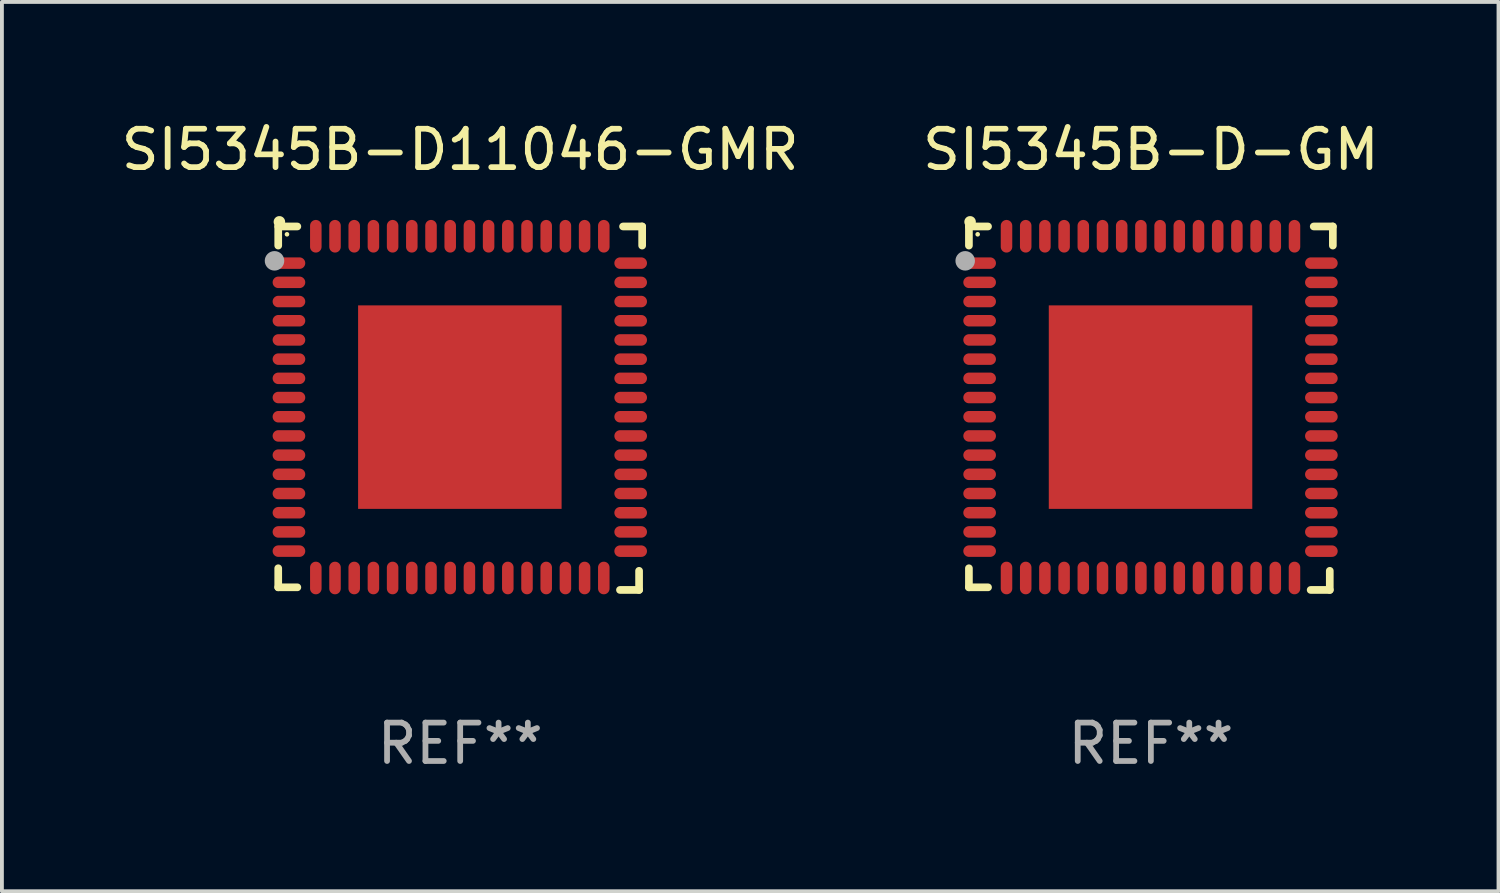
<source format=kicad_pcb>
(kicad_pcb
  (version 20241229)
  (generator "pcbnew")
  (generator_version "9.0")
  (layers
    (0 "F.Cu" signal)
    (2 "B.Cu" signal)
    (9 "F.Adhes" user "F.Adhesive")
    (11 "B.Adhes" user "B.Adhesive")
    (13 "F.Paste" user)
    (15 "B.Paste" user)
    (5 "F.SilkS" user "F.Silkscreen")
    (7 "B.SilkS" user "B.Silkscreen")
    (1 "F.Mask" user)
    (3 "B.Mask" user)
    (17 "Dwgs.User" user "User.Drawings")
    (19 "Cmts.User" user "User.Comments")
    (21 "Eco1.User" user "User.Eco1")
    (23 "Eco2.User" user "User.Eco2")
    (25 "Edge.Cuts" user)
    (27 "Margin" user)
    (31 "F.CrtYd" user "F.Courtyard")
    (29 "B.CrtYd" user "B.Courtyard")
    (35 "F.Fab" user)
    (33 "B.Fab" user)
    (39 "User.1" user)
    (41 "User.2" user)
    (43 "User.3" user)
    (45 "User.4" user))
  (footprint "SI5345B-D-GM"
    (layer "F.Cu")
    (at 26.923 7.581)
    (property "Reference" "SI5345B-D-GM" (at 0 -6.733 0) (layer "F.SilkS") (effects (font (size 1 1) (thickness 0.15))))
    (attr through_hole)
    (fp_line (start -4.739 -4.733) (end -4.241 -4.733) (stroke (width 0.2) (type solid)) (layer "F.SilkS"))
    (fp_line (start -4.739 -4.235) (end -4.739 -4.733) (stroke (width 0.2) (type solid)) (layer "F.SilkS"))
    (fp_line (start -4.739 4.168) (end -4.739 4.665) (stroke (width 0.2) (type solid)) (layer "F.SilkS"))
    (fp_line (start -4.739 4.665) (end -4.241 4.665) (stroke (width 0.2) (type solid)) (layer "F.SilkS"))
    (fp_line (start 4.161 4.733) (end 4.659 4.733) (stroke (width 0.2) (type solid)) (layer "F.SilkS"))
    (fp_line (start 4.241 -4.733) (end 4.739 -4.733) (stroke (width 0.2) (type solid)) (layer "F.SilkS"))
    (fp_line (start 4.659 4.733) (end 4.659 4.235) (stroke (width 0.2) (type solid)) (layer "F.SilkS"))
    (fp_line (start 4.739 -4.733) (end 4.739 -4.235) (stroke (width 0.2) (type solid)) (layer "F.SilkS"))
    (fp_arc (start -4.708623 -4.85108) (mid -4.708628 -4.85235) (end -4.708623 -4.85362) (stroke (width 0.3) (type solid)) (layer "F.SilkS"))
    (fp_circle (center -4.511 -4.529) (end -4.481 -4.529) (stroke (width 0.06) (type solid)) (fill no) (layer "F.SilkS"))
    (fp_circle (center -4.836 -3.838) (end -4.709 -3.838) (stroke (width 0.254) (type solid)) (fill no) (layer "F.Fab"))
    (fp_text user "REF**" (at 0 8.733 0) (layer "F.Fab") (effects (font (size 1 1) (thickness 0.15))))
    (pad "1" smd oval (at -4.46 -3.778) (size 0.85 0.3) (layers "F.Cu" "F.Mask" "F.Paste"))
    (pad "2" smd oval (at -4.46 -3.278) (size 0.85 0.3) (layers "F.Cu" "F.Mask" "F.Paste"))
    (pad "3" smd oval (at -4.46 -2.778) (size 0.85 0.3) (layers "F.Cu" "F.Mask" "F.Paste"))
    (pad "4" smd oval (at -4.46 -2.278) (size 0.85 0.3) (layers "F.Cu" "F.Mask" "F.Paste"))
    (pad "5" smd oval (at -4.46 -1.778) (size 0.85 0.3) (layers "F.Cu" "F.Mask" "F.Paste"))
    (pad "6" smd oval (at -4.46 -1.278) (size 0.85 0.3) (layers "F.Cu" "F.Mask" "F.Paste"))
    (pad "7" smd oval (at -4.46 -0.778) (size 0.85 0.3) (layers "F.Cu" "F.Mask" "F.Paste"))
    (pad "8" smd oval (at -4.46 -0.278) (size 0.85 0.3) (layers "F.Cu" "F.Mask" "F.Paste"))
    (pad "9" smd oval (at -4.46 0.222) (size 0.85 0.3) (layers "F.Cu" "F.Mask" "F.Paste"))
    (pad "10" smd oval (at -4.46 0.722) (size 0.85 0.3) (layers "F.Cu" "F.Mask" "F.Paste"))
    (pad "11" smd oval (at -4.46 1.222) (size 0.85 0.3) (layers "F.Cu" "F.Mask" "F.Paste"))
    (pad "12" smd oval (at -4.46 1.722) (size 0.85 0.3) (layers "F.Cu" "F.Mask" "F.Paste"))
    (pad "13" smd oval (at -4.46 2.222) (size 0.85 0.3) (layers "F.Cu" "F.Mask" "F.Paste"))
    (pad "14" smd oval (at -4.46 2.722) (size 0.85 0.3) (layers "F.Cu" "F.Mask" "F.Paste"))
    (pad "15" smd oval (at -4.46 3.222) (size 0.85 0.3) (layers "F.Cu" "F.Mask" "F.Paste"))
    (pad "16" smd oval (at -4.46 3.722) (size 0.85 0.3) (layers "F.Cu" "F.Mask" "F.Paste"))
    (pad "17" smd oval (at -3.76 4.422) (size 0.3 0.85) (layers "F.Cu" "F.Mask" "F.Paste"))
    (pad "18" smd oval (at -3.26 4.422) (size 0.3 0.85) (layers "F.Cu" "F.Mask" "F.Paste"))
    (pad "19" smd oval (at -2.76 4.422) (size 0.3 0.85) (layers "F.Cu" "F.Mask" "F.Paste"))
    (pad "20" smd oval (at -2.26 4.422) (size 0.3 0.85) (layers "F.Cu" "F.Mask" "F.Paste"))
    (pad "21" smd oval (at -1.76 4.422) (size 0.3 0.85) (layers "F.Cu" "F.Mask" "F.Paste"))
    (pad "22" smd oval (at -1.26 4.422) (size 0.3 0.85) (layers "F.Cu" "F.Mask" "F.Paste"))
    (pad "23" smd oval (at -0.76 4.422) (size 0.3 0.85) (layers "F.Cu" "F.Mask" "F.Paste"))
    (pad "24" smd oval (at -0.26 4.422) (size 0.3 0.85) (layers "F.Cu" "F.Mask" "F.Paste"))
    (pad "25" smd oval (at 0.24 4.422) (size 0.3 0.85) (layers "F.Cu" "F.Mask" "F.Paste"))
    (pad "26" smd oval (at 0.74 4.422) (size 0.3 0.85) (layers "F.Cu" "F.Mask" "F.Paste"))
    (pad "27" smd oval (at 1.24 4.422) (size 0.3 0.85) (layers "F.Cu" "F.Mask" "F.Paste"))
    (pad "28" smd oval (at 1.74 4.422) (size 0.3 0.85) (layers "F.Cu" "F.Mask" "F.Paste"))
    (pad "29" smd oval (at 2.24 4.422) (size 0.3 0.85) (layers "F.Cu" "F.Mask" "F.Paste"))
    (pad "30" smd oval (at 2.74 4.422) (size 0.3 0.85) (layers "F.Cu" "F.Mask" "F.Paste"))
    (pad "31" smd oval (at 3.24 4.422) (size 0.3 0.85) (layers "F.Cu" "F.Mask" "F.Paste"))
    (pad "32" smd oval (at 3.74 4.422) (size 0.3 0.85) (layers "F.Cu" "F.Mask" "F.Paste"))
    (pad "33" smd oval (at 4.44 3.723) (size 0.85 0.3) (layers "F.Cu" "F.Mask" "F.Paste"))
    (pad "34" smd oval (at 4.44 3.222) (size 0.85 0.3) (layers "F.Cu" "F.Mask" "F.Paste"))
    (pad "35" smd oval (at 4.44 2.723) (size 0.85 0.3) (layers "F.Cu" "F.Mask" "F.Paste"))
    (pad "36" smd oval (at 4.44 2.222) (size 0.85 0.3) (layers "F.Cu" "F.Mask" "F.Paste"))
    (pad "37" smd oval (at 4.44 1.723) (size 0.85 0.3) (layers "F.Cu" "F.Mask" "F.Paste"))
    (pad "38" smd oval (at 4.44 1.222) (size 0.85 0.3) (layers "F.Cu" "F.Mask" "F.Paste"))
    (pad "39" smd oval (at 4.44 0.723) (size 0.85 0.3) (layers "F.Cu" "F.Mask" "F.Paste"))
    (pad "40" smd oval (at 4.44 0.222) (size 0.85 0.3) (layers "F.Cu" "F.Mask" "F.Paste"))
    (pad "41" smd oval (at 4.44 -0.277) (size 0.85 0.3) (layers "F.Cu" "F.Mask" "F.Paste"))
    (pad "42" smd oval (at 4.44 -0.778) (size 0.85 0.3) (layers "F.Cu" "F.Mask" "F.Paste"))
    (pad "43" smd oval (at 4.44 -1.277) (size 0.85 0.3) (layers "F.Cu" "F.Mask" "F.Paste"))
    (pad "44" smd oval (at 4.44 -1.778) (size 0.85 0.3) (layers "F.Cu" "F.Mask" "F.Paste"))
    (pad "45" smd oval (at 4.44 -2.277) (size 0.85 0.3) (layers "F.Cu" "F.Mask" "F.Paste"))
    (pad "46" smd oval (at 4.44 -2.778) (size 0.85 0.3) (layers "F.Cu" "F.Mask" "F.Paste"))
    (pad "47" smd oval (at 4.44 -3.277) (size 0.85 0.3) (layers "F.Cu" "F.Mask" "F.Paste"))
    (pad "48" smd oval (at 4.44 -3.778) (size 0.85 0.3) (layers "F.Cu" "F.Mask" "F.Paste"))
    (pad "49" smd oval (at 3.74 -4.478) (size 0.3 0.85) (layers "F.Cu" "F.Mask" "F.Paste"))
    (pad "50" smd oval (at 3.24 -4.478) (size 0.3 0.85) (layers "F.Cu" "F.Mask" "F.Paste"))
    (pad "51" smd oval (at 2.74 -4.478) (size 0.3 0.85) (layers "F.Cu" "F.Mask" "F.Paste"))
    (pad "52" smd oval (at 2.24 -4.478) (size 0.3 0.85) (layers "F.Cu" "F.Mask" "F.Paste"))
    (pad "53" smd oval (at 1.74 -4.478) (size 0.3 0.85) (layers "F.Cu" "F.Mask" "F.Paste"))
    (pad "54" smd oval (at 1.24 -4.478) (size 0.3 0.85) (layers "F.Cu" "F.Mask" "F.Paste"))
    (pad "55" smd oval (at 0.74 -4.478) (size 0.3 0.85) (layers "F.Cu" "F.Mask" "F.Paste"))
    (pad "56" smd oval (at 0.24 -4.478) (size 0.3 0.85) (layers "F.Cu" "F.Mask" "F.Paste"))
    (pad "57" smd oval (at -0.26 -4.478) (size 0.3 0.85) (layers "F.Cu" "F.Mask" "F.Paste"))
    (pad "58" smd oval (at -0.76 -4.478) (size 0.3 0.85) (layers "F.Cu" "F.Mask" "F.Paste"))
    (pad "59" smd oval (at -1.26 -4.478) (size 0.3 0.85) (layers "F.Cu" "F.Mask" "F.Paste"))
    (pad "60" smd oval (at -1.76 -4.478) (size 0.3 0.85) (layers "F.Cu" "F.Mask" "F.Paste"))
    (pad "61" smd oval (at -2.26 -4.478) (size 0.3 0.85) (layers "F.Cu" "F.Mask" "F.Paste"))
    (pad "62" smd oval (at -2.76 -4.478) (size 0.3 0.85) (layers "F.Cu" "F.Mask" "F.Paste"))
    (pad "63" smd oval (at -3.26 -4.478) (size 0.3 0.85) (layers "F.Cu" "F.Mask" "F.Paste"))
    (pad "64" smd oval (at -3.76 -4.478) (size 0.3 0.85) (layers "F.Cu" "F.Mask" "F.Paste"))
    (pad "65" smd rect (at -0.009 -0.028 90) (size 5.3 5.3) (layers "F.Cu" "F.Mask" "F.Paste")))
  (footprint "SI5345B-D11046-GMR"
    (layer "F.Cu")
    (at 8.935 7.581)
    (property "Reference" "SI5345B-D11046-GMR" (at 0 -6.733 0) (layer "F.SilkS") (effects (font (size 1 1) (thickness 0.15))))
    (attr through_hole)
    (fp_line (start -4.739 -4.733) (end -4.241 -4.733) (stroke (width 0.2) (type solid)) (layer "F.SilkS"))
    (fp_line (start -4.739 -4.235) (end -4.739 -4.733) (stroke (width 0.2) (type solid)) (layer "F.SilkS"))
    (fp_line (start -4.739 4.168) (end -4.739 4.665) (stroke (width 0.2) (type solid)) (layer "F.SilkS"))
    (fp_line (start -4.739 4.665) (end -4.241 4.665) (stroke (width 0.2) (type solid)) (layer "F.SilkS"))
    (fp_line (start 4.161 4.733) (end 4.659 4.733) (stroke (width 0.2) (type solid)) (layer "F.SilkS"))
    (fp_line (start 4.241 -4.733) (end 4.739 -4.733) (stroke (width 0.2) (type solid)) (layer "F.SilkS"))
    (fp_line (start 4.659 4.733) (end 4.659 4.235) (stroke (width 0.2) (type solid)) (layer "F.SilkS"))
    (fp_line (start 4.739 -4.733) (end 4.739 -4.235) (stroke (width 0.2) (type solid)) (layer "F.SilkS"))
    (fp_arc (start -4.708623 -4.85108) (mid -4.708628 -4.85235) (end -4.708623 -4.85362) (stroke (width 0.3) (type solid)) (layer "F.SilkS"))
    (fp_circle (center -4.511 -4.529) (end -4.481 -4.529) (stroke (width 0.06) (type solid)) (fill no) (layer "F.SilkS"))
    (fp_circle (center -4.836 -3.838) (end -4.709 -3.838) (stroke (width 0.254) (type solid)) (fill no) (layer "F.Fab"))
    (fp_text user "REF**" (at 0 8.733 0) (layer "F.Fab") (effects (font (size 1 1) (thickness 0.15))))
    (pad "1" smd oval (at -4.46 -3.778) (size 0.85 0.3) (layers "F.Cu" "F.Mask" "F.Paste"))
    (pad "2" smd oval (at -4.46 -3.278) (size 0.85 0.3) (layers "F.Cu" "F.Mask" "F.Paste"))
    (pad "3" smd oval (at -4.46 -2.778) (size 0.85 0.3) (layers "F.Cu" "F.Mask" "F.Paste"))
    (pad "4" smd oval (at -4.46 -2.278) (size 0.85 0.3) (layers "F.Cu" "F.Mask" "F.Paste"))
    (pad "5" smd oval (at -4.46 -1.778) (size 0.85 0.3) (layers "F.Cu" "F.Mask" "F.Paste"))
    (pad "6" smd oval (at -4.46 -1.278) (size 0.85 0.3) (layers "F.Cu" "F.Mask" "F.Paste"))
    (pad "7" smd oval (at -4.46 -0.778) (size 0.85 0.3) (layers "F.Cu" "F.Mask" "F.Paste"))
    (pad "8" smd oval (at -4.46 -0.278) (size 0.85 0.3) (layers "F.Cu" "F.Mask" "F.Paste"))
    (pad "9" smd oval (at -4.46 0.222) (size 0.85 0.3) (layers "F.Cu" "F.Mask" "F.Paste"))
    (pad "10" smd oval (at -4.46 0.722) (size 0.85 0.3) (layers "F.Cu" "F.Mask" "F.Paste"))
    (pad "11" smd oval (at -4.46 1.222) (size 0.85 0.3) (layers "F.Cu" "F.Mask" "F.Paste"))
    (pad "12" smd oval (at -4.46 1.722) (size 0.85 0.3) (layers "F.Cu" "F.Mask" "F.Paste"))
    (pad "13" smd oval (at -4.46 2.222) (size 0.85 0.3) (layers "F.Cu" "F.Mask" "F.Paste"))
    (pad "14" smd oval (at -4.46 2.722) (size 0.85 0.3) (layers "F.Cu" "F.Mask" "F.Paste"))
    (pad "15" smd oval (at -4.46 3.222) (size 0.85 0.3) (layers "F.Cu" "F.Mask" "F.Paste"))
    (pad "16" smd oval (at -4.46 3.722) (size 0.85 0.3) (layers "F.Cu" "F.Mask" "F.Paste"))
    (pad "17" smd oval (at -3.76 4.422) (size 0.3 0.85) (layers "F.Cu" "F.Mask" "F.Paste"))
    (pad "18" smd oval (at -3.26 4.422) (size 0.3 0.85) (layers "F.Cu" "F.Mask" "F.Paste"))
    (pad "19" smd oval (at -2.76 4.422) (size 0.3 0.85) (layers "F.Cu" "F.Mask" "F.Paste"))
    (pad "20" smd oval (at -2.26 4.422) (size 0.3 0.85) (layers "F.Cu" "F.Mask" "F.Paste"))
    (pad "21" smd oval (at -1.76 4.422) (size 0.3 0.85) (layers "F.Cu" "F.Mask" "F.Paste"))
    (pad "22" smd oval (at -1.26 4.422) (size 0.3 0.85) (layers "F.Cu" "F.Mask" "F.Paste"))
    (pad "23" smd oval (at -0.76 4.422) (size 0.3 0.85) (layers "F.Cu" "F.Mask" "F.Paste"))
    (pad "24" smd oval (at -0.26 4.422) (size 0.3 0.85) (layers "F.Cu" "F.Mask" "F.Paste"))
    (pad "25" smd oval (at 0.24 4.422) (size 0.3 0.85) (layers "F.Cu" "F.Mask" "F.Paste"))
    (pad "26" smd oval (at 0.74 4.422) (size 0.3 0.85) (layers "F.Cu" "F.Mask" "F.Paste"))
    (pad "27" smd oval (at 1.24 4.422) (size 0.3 0.85) (layers "F.Cu" "F.Mask" "F.Paste"))
    (pad "28" smd oval (at 1.74 4.422) (size 0.3 0.85) (layers "F.Cu" "F.Mask" "F.Paste"))
    (pad "29" smd oval (at 2.24 4.422) (size 0.3 0.85) (layers "F.Cu" "F.Mask" "F.Paste"))
    (pad "30" smd oval (at 2.74 4.422) (size 0.3 0.85) (layers "F.Cu" "F.Mask" "F.Paste"))
    (pad "31" smd oval (at 3.24 4.422) (size 0.3 0.85) (layers "F.Cu" "F.Mask" "F.Paste"))
    (pad "32" smd oval (at 3.74 4.422) (size 0.3 0.85) (layers "F.Cu" "F.Mask" "F.Paste"))
    (pad "33" smd oval (at 4.44 3.723) (size 0.85 0.3) (layers "F.Cu" "F.Mask" "F.Paste"))
    (pad "34" smd oval (at 4.44 3.222) (size 0.85 0.3) (layers "F.Cu" "F.Mask" "F.Paste"))
    (pad "35" smd oval (at 4.44 2.723) (size 0.85 0.3) (layers "F.Cu" "F.Mask" "F.Paste"))
    (pad "36" smd oval (at 4.44 2.222) (size 0.85 0.3) (layers "F.Cu" "F.Mask" "F.Paste"))
    (pad "37" smd oval (at 4.44 1.723) (size 0.85 0.3) (layers "F.Cu" "F.Mask" "F.Paste"))
    (pad "38" smd oval (at 4.44 1.222) (size 0.85 0.3) (layers "F.Cu" "F.Mask" "F.Paste"))
    (pad "39" smd oval (at 4.44 0.723) (size 0.85 0.3) (layers "F.Cu" "F.Mask" "F.Paste"))
    (pad "40" smd oval (at 4.44 0.222) (size 0.85 0.3) (layers "F.Cu" "F.Mask" "F.Paste"))
    (pad "41" smd oval (at 4.44 -0.277) (size 0.85 0.3) (layers "F.Cu" "F.Mask" "F.Paste"))
    (pad "42" smd oval (at 4.44 -0.778) (size 0.85 0.3) (layers "F.Cu" "F.Mask" "F.Paste"))
    (pad "43" smd oval (at 4.44 -1.277) (size 0.85 0.3) (layers "F.Cu" "F.Mask" "F.Paste"))
    (pad "44" smd oval (at 4.44 -1.778) (size 0.85 0.3) (layers "F.Cu" "F.Mask" "F.Paste"))
    (pad "45" smd oval (at 4.44 -2.277) (size 0.85 0.3) (layers "F.Cu" "F.Mask" "F.Paste"))
    (pad "46" smd oval (at 4.44 -2.778) (size 0.85 0.3) (layers "F.Cu" "F.Mask" "F.Paste"))
    (pad "47" smd oval (at 4.44 -3.277) (size 0.85 0.3) (layers "F.Cu" "F.Mask" "F.Paste"))
    (pad "48" smd oval (at 4.44 -3.778) (size 0.85 0.3) (layers "F.Cu" "F.Mask" "F.Paste"))
    (pad "49" smd oval (at 3.74 -4.478) (size 0.3 0.85) (layers "F.Cu" "F.Mask" "F.Paste"))
    (pad "50" smd oval (at 3.24 -4.478) (size 0.3 0.85) (layers "F.Cu" "F.Mask" "F.Paste"))
    (pad "51" smd oval (at 2.74 -4.478) (size 0.3 0.85) (layers "F.Cu" "F.Mask" "F.Paste"))
    (pad "52" smd oval (at 2.24 -4.478) (size 0.3 0.85) (layers "F.Cu" "F.Mask" "F.Paste"))
    (pad "53" smd oval (at 1.74 -4.478) (size 0.3 0.85) (layers "F.Cu" "F.Mask" "F.Paste"))
    (pad "54" smd oval (at 1.24 -4.478) (size 0.3 0.85) (layers "F.Cu" "F.Mask" "F.Paste"))
    (pad "55" smd oval (at 0.74 -4.478) (size 0.3 0.85) (layers "F.Cu" "F.Mask" "F.Paste"))
    (pad "56" smd oval (at 0.24 -4.478) (size 0.3 0.85) (layers "F.Cu" "F.Mask" "F.Paste"))
    (pad "57" smd oval (at -0.26 -4.478) (size 0.3 0.85) (layers "F.Cu" "F.Mask" "F.Paste"))
    (pad "58" smd oval (at -0.76 -4.478) (size 0.3 0.85) (layers "F.Cu" "F.Mask" "F.Paste"))
    (pad "59" smd oval (at -1.26 -4.478) (size 0.3 0.85) (layers "F.Cu" "F.Mask" "F.Paste"))
    (pad "60" smd oval (at -1.76 -4.478) (size 0.3 0.85) (layers "F.Cu" "F.Mask" "F.Paste"))
    (pad "61" smd oval (at -2.26 -4.478) (size 0.3 0.85) (layers "F.Cu" "F.Mask" "F.Paste"))
    (pad "62" smd oval (at -2.76 -4.478) (size 0.3 0.85) (layers "F.Cu" "F.Mask" "F.Paste"))
    (pad "63" smd oval (at -3.26 -4.478) (size 0.3 0.85) (layers "F.Cu" "F.Mask" "F.Paste"))
    (pad "64" smd oval (at -3.76 -4.478) (size 0.3 0.85) (layers "F.Cu" "F.Mask" "F.Paste"))
    (pad "65" smd rect (at -0.009 -0.028 90) (size 5.3 5.3) (layers "F.Cu" "F.Mask" "F.Paste")))
  (gr_rect
    (start -3 -3)
    (end 35.976 20.162)
    (stroke (width 0.1) (type default))
    (fill no)
    (layer "Edge.Cuts")))
</source>
